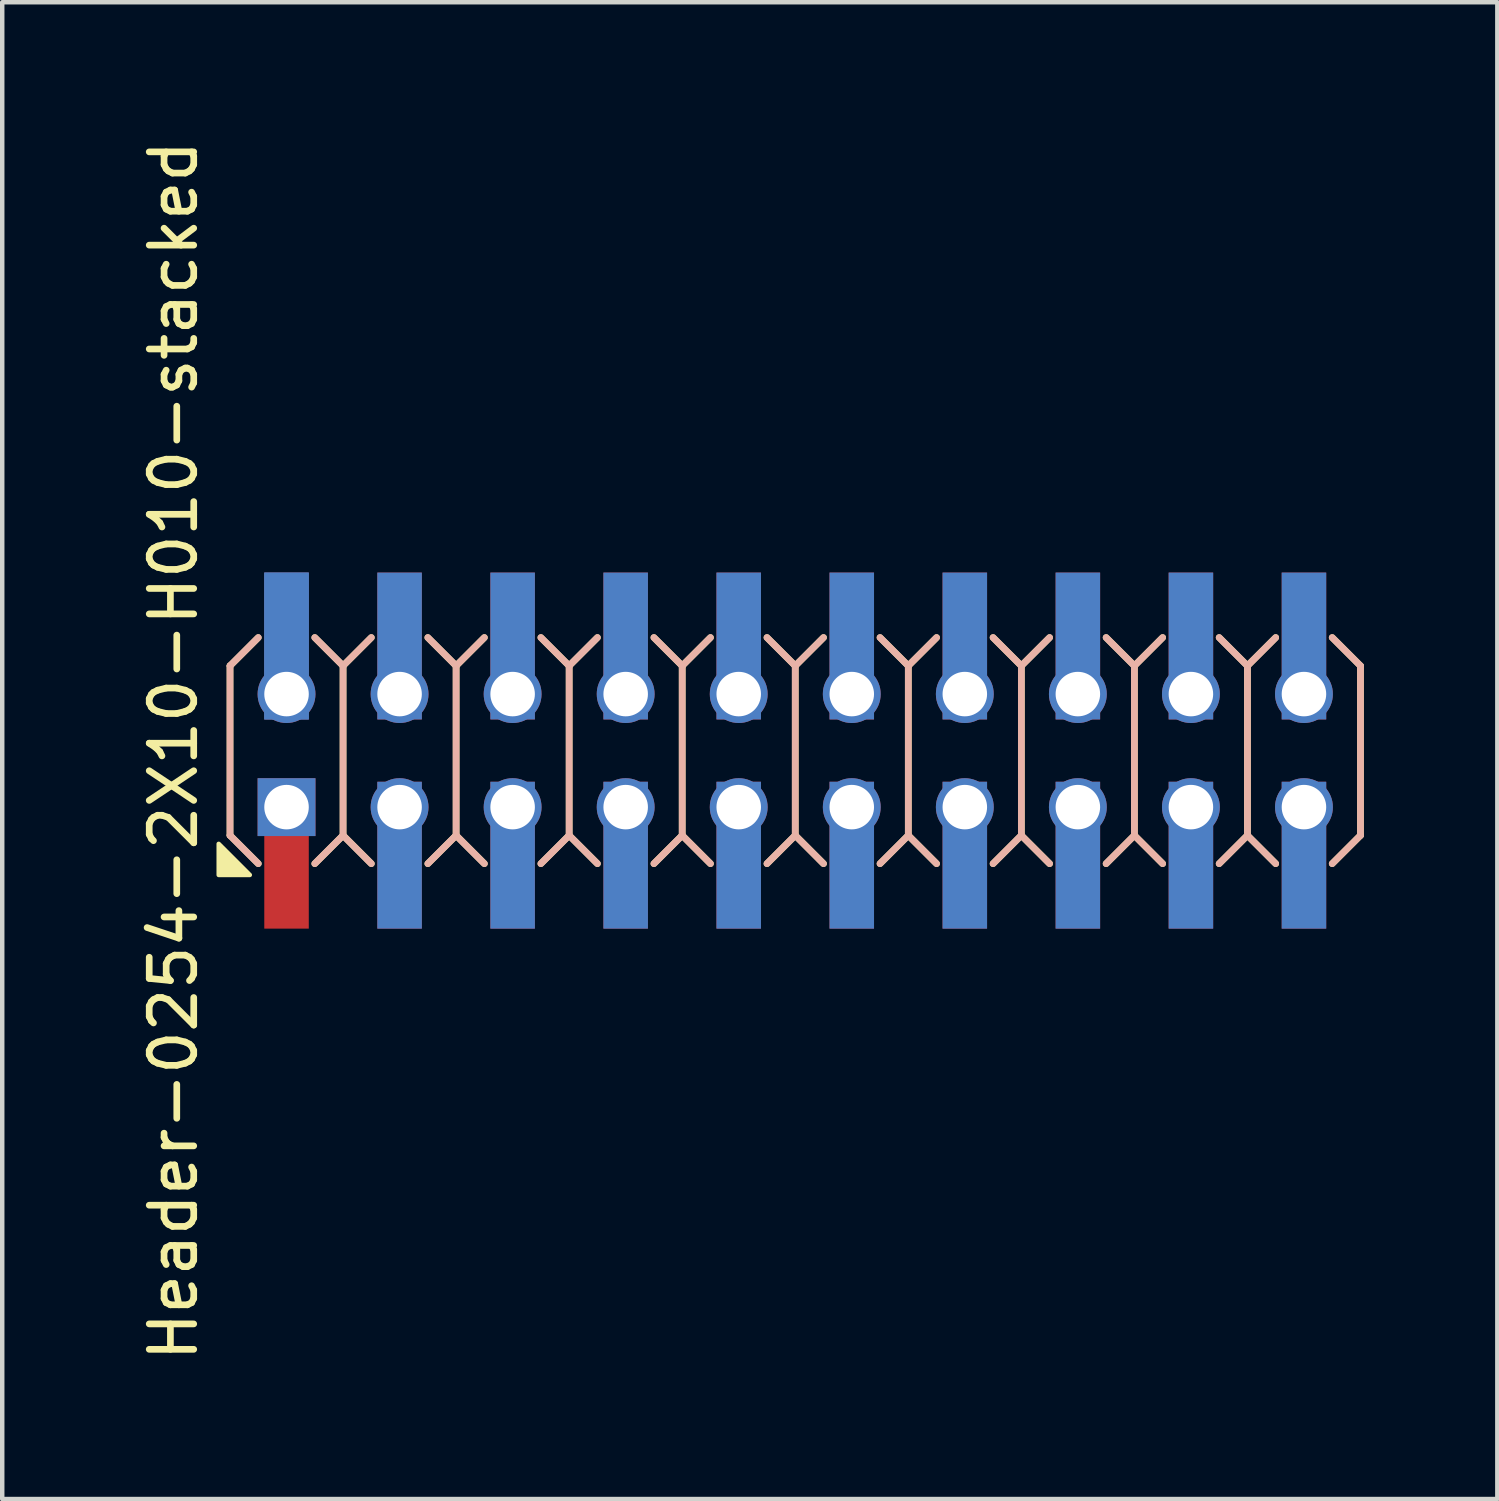
<source format=kicad_pcb>
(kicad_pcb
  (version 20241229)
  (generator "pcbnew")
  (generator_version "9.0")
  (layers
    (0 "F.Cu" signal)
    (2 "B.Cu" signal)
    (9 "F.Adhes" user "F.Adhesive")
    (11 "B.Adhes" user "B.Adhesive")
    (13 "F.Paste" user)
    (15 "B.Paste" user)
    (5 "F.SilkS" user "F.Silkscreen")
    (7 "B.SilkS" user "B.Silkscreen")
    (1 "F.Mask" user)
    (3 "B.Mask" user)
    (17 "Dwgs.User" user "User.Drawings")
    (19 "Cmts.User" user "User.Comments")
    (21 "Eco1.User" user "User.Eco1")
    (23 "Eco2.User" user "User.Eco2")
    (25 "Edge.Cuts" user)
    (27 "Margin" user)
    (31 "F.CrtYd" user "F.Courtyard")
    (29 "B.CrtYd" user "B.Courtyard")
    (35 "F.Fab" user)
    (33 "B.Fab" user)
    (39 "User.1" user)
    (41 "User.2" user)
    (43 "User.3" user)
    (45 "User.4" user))
  (footprint "Header-0254-2X10-H010-stacked"
    (layer "F.Cu")
    (at 14.818 13.815)
    (property "Reference" "Header-0254-2X10-H010-stacked" (at -13.97 0 90) (layer "F.SilkS") (effects (font (size 1 1) (thickness 0.15))))
    (attr through_hole)
    (fp_line (start -12.7 -1.905) (end -12.065 -2.54) (stroke (width 0.15) (type solid)) (layer "F.SilkS"))
    (fp_line (start -12.7 1.905) (end -12.7 -1.905) (stroke (width 0.15) (type solid)) (layer "F.SilkS"))
    (fp_line (start -12.7 1.905) (end -12.065 2.54) (stroke (width 0.15) (type solid)) (layer "F.SilkS"))
    (fp_line (start -10.795 -2.54) (end -10.16 -1.905) (stroke (width 0.15) (type solid)) (layer "F.SilkS"))
    (fp_line (start -10.795 2.54) (end -10.16 1.905) (stroke (width 0.15) (type solid)) (layer "F.SilkS"))
    (fp_line (start -10.16 -1.905) (end -10.16 1.905) (stroke (width 0.15) (type solid)) (layer "F.SilkS"))
    (fp_line (start -10.16 -1.905) (end -9.525 -2.54) (stroke (width 0.15) (type solid)) (layer "F.SilkS"))
    (fp_line (start -10.16 1.905) (end -9.525 2.54) (stroke (width 0.15) (type solid)) (layer "F.SilkS"))
    (fp_line (start -8.255 -2.54) (end -7.62 -1.905) (stroke (width 0.15) (type solid)) (layer "F.SilkS"))
    (fp_line (start -8.255 2.54) (end -7.62 1.905) (stroke (width 0.15) (type solid)) (layer "F.SilkS"))
    (fp_line (start -7.62 -1.905) (end -7.62 1.905) (stroke (width 0.15) (type solid)) (layer "F.SilkS"))
    (fp_line (start -7.62 -1.905) (end -6.985 -2.54) (stroke (width 0.15) (type solid)) (layer "F.SilkS"))
    (fp_line (start -7.62 1.905) (end -6.985 2.54) (stroke (width 0.15) (type solid)) (layer "F.SilkS"))
    (fp_line (start -5.715 -2.54) (end -5.08 -1.905) (stroke (width 0.15) (type solid)) (layer "F.SilkS"))
    (fp_line (start -5.715 2.54) (end -5.08 1.905) (stroke (width 0.15) (type solid)) (layer "F.SilkS"))
    (fp_line (start -5.08 -1.905) (end -5.08 1.905) (stroke (width 0.15) (type solid)) (layer "F.SilkS"))
    (fp_line (start -5.08 -1.905) (end -4.445 -2.54) (stroke (width 0.15) (type solid)) (layer "F.SilkS"))
    (fp_line (start -5.08 1.905) (end -4.445 2.54) (stroke (width 0.15) (type solid)) (layer "F.SilkS"))
    (fp_line (start -3.175 -2.54) (end -2.54 -1.905) (stroke (width 0.15) (type solid)) (layer "F.SilkS"))
    (fp_line (start -3.175 2.54) (end -2.54 1.905) (stroke (width 0.15) (type solid)) (layer "F.SilkS"))
    (fp_line (start -2.54 -1.905) (end -2.54 1.905) (stroke (width 0.15) (type solid)) (layer "F.SilkS"))
    (fp_line (start -2.54 -1.905) (end -1.905 -2.54) (stroke (width 0.15) (type solid)) (layer "F.SilkS"))
    (fp_line (start -2.54 1.905) (end -1.905 2.54) (stroke (width 0.15) (type solid)) (layer "F.SilkS"))
    (fp_line (start -0.635 -2.54) (end 0 -1.905) (stroke (width 0.15) (type solid)) (layer "F.SilkS"))
    (fp_line (start -0.635 2.54) (end 0 1.905) (stroke (width 0.15) (type solid)) (layer "F.SilkS"))
    (fp_line (start 0 -1.905) (end 0 1.905) (stroke (width 0.15) (type solid)) (layer "F.SilkS"))
    (fp_line (start 0 -1.905) (end 0.635 -2.54) (stroke (width 0.15) (type solid)) (layer "F.SilkS"))
    (fp_line (start 0 1.905) (end 0.635 2.54) (stroke (width 0.15) (type solid)) (layer "F.SilkS"))
    (fp_line (start 1.905 -2.54) (end 2.54 -1.905) (stroke (width 0.15) (type solid)) (layer "F.SilkS"))
    (fp_line (start 1.905 2.54) (end 2.54 1.905) (stroke (width 0.15) (type solid)) (layer "F.SilkS"))
    (fp_line (start 2.54 -1.905) (end 2.54 1.905) (stroke (width 0.15) (type solid)) (layer "F.SilkS"))
    (fp_line (start 2.54 -1.905) (end 3.175 -2.54) (stroke (width 0.15) (type solid)) (layer "F.SilkS"))
    (fp_line (start 2.54 1.905) (end 3.175 2.54) (stroke (width 0.15) (type solid)) (layer "F.SilkS"))
    (fp_line (start 4.445 -2.54) (end 5.08 -1.905) (stroke (width 0.15) (type solid)) (layer "F.SilkS"))
    (fp_line (start 5.08 -1.905) (end 5.08 1.905) (stroke (width 0.15) (type solid)) (layer "F.SilkS"))
    (fp_line (start 5.08 -1.905) (end 5.715 -2.54) (stroke (width 0.15) (type solid)) (layer "F.SilkS"))
    (fp_line (start 5.08 1.905) (end 4.445 2.54) (stroke (width 0.15) (type solid)) (layer "F.SilkS"))
    (fp_line (start 5.08 1.905) (end 5.715 2.54) (stroke (width 0.15) (type solid)) (layer "F.SilkS"))
    (fp_line (start 6.985 -2.54) (end 7.62 -1.905) (stroke (width 0.15) (type solid)) (layer "F.SilkS"))
    (fp_line (start 7.62 -1.905) (end 7.62 1.905) (stroke (width 0.15) (type solid)) (layer "F.SilkS"))
    (fp_line (start 7.62 -1.905) (end 8.255 -2.54) (stroke (width 0.15) (type solid)) (layer "F.SilkS"))
    (fp_line (start 7.62 1.905) (end 6.985 2.54) (stroke (width 0.15) (type solid)) (layer "F.SilkS"))
    (fp_line (start 7.62 1.905) (end 8.255 2.54) (stroke (width 0.15) (type solid)) (layer "F.SilkS"))
    (fp_line (start 9.525 -2.54) (end 10.16 -1.905) (stroke (width 0.15) (type solid)) (layer "F.SilkS"))
    (fp_line (start 10.16 -1.905) (end 10.16 1.905) (stroke (width 0.15) (type solid)) (layer "F.SilkS"))
    (fp_line (start 10.16 -1.905) (end 10.795 -2.54) (stroke (width 0.15) (type solid)) (layer "F.SilkS"))
    (fp_line (start 10.16 1.905) (end 9.525 2.54) (stroke (width 0.15) (type solid)) (layer "F.SilkS"))
    (fp_line (start 10.16 1.905) (end 10.795 2.54) (stroke (width 0.15) (type solid)) (layer "F.SilkS"))
    (fp_line (start 12.065 -2.54) (end 12.7 -1.905) (stroke (width 0.15) (type solid)) (layer "F.SilkS"))
    (fp_line (start 12.7 -1.905) (end 12.7 1.905) (stroke (width 0.15) (type solid)) (layer "F.SilkS"))
    (fp_line (start 12.7 1.905) (end 12.065 2.54) (stroke (width 0.15) (type solid)) (layer "F.SilkS"))
    (fp_poly (pts (xy -12.954 2.095) (xy -12.954 2.794) (xy -12.255 2.794)) (stroke (width 0.1) (type solid)) (fill yes) (layer "F.SilkS"))
    (fp_line (start -12.7 -1.905) (end -12.7 1.905) (stroke (width 0.15) (type solid)) (layer "B.SilkS"))
    (fp_line (start -12.7 -1.905) (end -12.065 -2.54) (stroke (width 0.15) (type solid)) (layer "B.SilkS"))
    (fp_line (start -12.7 1.905) (end -12.065 2.54) (stroke (width 0.15) (type solid)) (layer "B.SilkS"))
    (fp_line (start -10.795 -2.54) (end -10.16 -1.905) (stroke (width 0.15) (type solid)) (layer "B.SilkS"))
    (fp_line (start -10.795 2.54) (end -10.16 1.905) (stroke (width 0.15) (type solid)) (layer "B.SilkS"))
    (fp_line (start -10.16 -1.905) (end -9.525 -2.54) (stroke (width 0.15) (type solid)) (layer "B.SilkS"))
    (fp_line (start -10.16 1.905) (end -10.16 -1.905) (stroke (width 0.15) (type solid)) (layer "B.SilkS"))
    (fp_line (start -10.16 1.905) (end -9.525 2.54) (stroke (width 0.15) (type solid)) (layer "B.SilkS"))
    (fp_line (start -8.255 -2.54) (end -7.62 -1.905) (stroke (width 0.15) (type solid)) (layer "B.SilkS"))
    (fp_line (start -8.255 2.54) (end -7.62 1.905) (stroke (width 0.15) (type solid)) (layer "B.SilkS"))
    (fp_line (start -7.62 -1.905) (end -6.985 -2.54) (stroke (width 0.15) (type solid)) (layer "B.SilkS"))
    (fp_line (start -7.62 1.905) (end -7.62 -1.905) (stroke (width 0.15) (type solid)) (layer "B.SilkS"))
    (fp_line (start -7.62 1.905) (end -6.985 2.54) (stroke (width 0.15) (type solid)) (layer "B.SilkS"))
    (fp_line (start -5.715 -2.54) (end -5.08 -1.905) (stroke (width 0.15) (type solid)) (layer "B.SilkS"))
    (fp_line (start -5.715 2.54) (end -5.08 1.905) (stroke (width 0.15) (type solid)) (layer "B.SilkS"))
    (fp_line (start -5.08 -1.905) (end -4.445 -2.54) (stroke (width 0.15) (type solid)) (layer "B.SilkS"))
    (fp_line (start -5.08 1.905) (end -5.08 -1.905) (stroke (width 0.15) (type solid)) (layer "B.SilkS"))
    (fp_line (start -5.08 1.905) (end -4.445 2.54) (stroke (width 0.15) (type solid)) (layer "B.SilkS"))
    (fp_line (start -3.175 -2.54) (end -2.54 -1.905) (stroke (width 0.15) (type solid)) (layer "B.SilkS"))
    (fp_line (start -3.175 2.54) (end -2.54 1.905) (stroke (width 0.15) (type solid)) (layer "B.SilkS"))
    (fp_line (start -2.54 -1.905) (end -1.905 -2.54) (stroke (width 0.15) (type solid)) (layer "B.SilkS"))
    (fp_line (start -2.54 1.905) (end -2.54 -1.905) (stroke (width 0.15) (type solid)) (layer "B.SilkS"))
    (fp_line (start -2.54 1.905) (end -1.905 2.54) (stroke (width 0.15) (type solid)) (layer "B.SilkS"))
    (fp_line (start -0.635 -2.54) (end 0 -1.905) (stroke (width 0.15) (type solid)) (layer "B.SilkS"))
    (fp_line (start -0.635 2.54) (end 0 1.905) (stroke (width 0.15) (type solid)) (layer "B.SilkS"))
    (fp_line (start 0 -1.905) (end 0.635 -2.54) (stroke (width 0.15) (type solid)) (layer "B.SilkS"))
    (fp_line (start 0 1.905) (end 0 -1.905) (stroke (width 0.15) (type solid)) (layer "B.SilkS"))
    (fp_line (start 0 1.905) (end 0.635 2.54) (stroke (width 0.15) (type solid)) (layer "B.SilkS"))
    (fp_line (start 1.905 -2.54) (end 2.54 -1.905) (stroke (width 0.15) (type solid)) (layer "B.SilkS"))
    (fp_line (start 1.905 2.54) (end 2.54 1.905) (stroke (width 0.15) (type solid)) (layer "B.SilkS"))
    (fp_line (start 2.54 -1.905) (end 3.175 -2.54) (stroke (width 0.15) (type solid)) (layer "B.SilkS"))
    (fp_line (start 2.54 1.905) (end 2.54 -1.905) (stroke (width 0.15) (type solid)) (layer "B.SilkS"))
    (fp_line (start 2.54 1.905) (end 3.175 2.54) (stroke (width 0.15) (type solid)) (layer "B.SilkS"))
    (fp_line (start 4.445 2.54) (end 5.08 1.905) (stroke (width 0.15) (type solid)) (layer "B.SilkS"))
    (fp_line (start 5.08 -1.905) (end 4.445 -2.54) (stroke (width 0.15) (type solid)) (layer "B.SilkS"))
    (fp_line (start 5.08 -1.905) (end 5.715 -2.54) (stroke (width 0.15) (type solid)) (layer "B.SilkS"))
    (fp_line (start 5.08 1.905) (end 5.08 -1.905) (stroke (width 0.15) (type solid)) (layer "B.SilkS"))
    (fp_line (start 5.08 1.905) (end 5.715 2.54) (stroke (width 0.15) (type solid)) (layer "B.SilkS"))
    (fp_line (start 6.985 2.54) (end 7.62 1.905) (stroke (width 0.15) (type solid)) (layer "B.SilkS"))
    (fp_line (start 7.62 -1.905) (end 6.985 -2.54) (stroke (width 0.15) (type solid)) (layer "B.SilkS"))
    (fp_line (start 7.62 -1.905) (end 8.255 -2.54) (stroke (width 0.15) (type solid)) (layer "B.SilkS"))
    (fp_line (start 7.62 1.905) (end 7.62 -1.905) (stroke (width 0.15) (type solid)) (layer "B.SilkS"))
    (fp_line (start 7.62 1.905) (end 8.255 2.54) (stroke (width 0.15) (type solid)) (layer "B.SilkS"))
    (fp_line (start 9.525 2.54) (end 10.16 1.905) (stroke (width 0.15) (type solid)) (layer "B.SilkS"))
    (fp_line (start 10.16 -1.905) (end 9.525 -2.54) (stroke (width 0.15) (type solid)) (layer "B.SilkS"))
    (fp_line (start 10.16 -1.905) (end 10.795 -2.54) (stroke (width 0.15) (type solid)) (layer "B.SilkS"))
    (fp_line (start 10.16 1.905) (end 10.16 -1.905) (stroke (width 0.15) (type solid)) (layer "B.SilkS"))
    (fp_line (start 10.16 1.905) (end 10.795 2.54) (stroke (width 0.15) (type solid)) (layer "B.SilkS"))
    (fp_line (start 12.065 2.54) (end 12.7 1.905) (stroke (width 0.15) (type solid)) (layer "B.SilkS"))
    (fp_line (start 12.7 -1.905) (end 12.065 -2.54) (stroke (width 0.15) (type solid)) (layer "B.SilkS"))
    (fp_line (start 12.7 1.905) (end 12.7 -1.905) (stroke (width 0.15) (type solid)) (layer "B.SilkS"))
    (pad "1" smd rect (at -11.43 -2.35) (size 1 3.3) (layers "B.Cu" "B.Mask" "B.Paste"))
    (pad "1" thru_hole rect (at -11.43 1.27) (size 1.3 1.3) (drill 1) (layers "*.Cu" "*.Mask"))
    (pad "1" smd rect (at -11.43 2.35) (size 1 3.3) (layers "F.Cu" "F.Mask" "F.Paste"))
    (pad "2" smd rect (at -11.43 -2.35) (size 1 3.3) (layers "F.Cu" "F.Mask" "F.Paste"))
    (pad "2" smd rect (at -11.43 -2.35) (size 1 3.3) (layers "B.Cu" "B.Mask" "B.Paste"))
    (pad "2" thru_hole circle (at -11.43 -1.27) (size 1.3 1.3) (drill 1) (layers "*.Cu" "*.Mask"))
    (pad "3" thru_hole circle (at -8.89 1.27) (size 1.3 1.3) (drill 1) (layers "*.Cu" "*.Mask"))
    (pad "3" smd rect (at -8.89 2.35) (size 1 3.3) (layers "F.Cu" "F.Mask" "F.Paste"))
    (pad "3" smd rect (at -8.89 2.35) (size 1 3.3) (layers "B.Cu" "B.Mask" "B.Paste"))
    (pad "4" smd rect (at -8.89 -2.35) (size 1 3.3) (layers "F.Cu" "F.Mask" "F.Paste"))
    (pad "4" smd rect (at -8.89 -2.35) (size 1 3.3) (layers "B.Cu" "B.Mask" "B.Paste"))
    (pad "4" thru_hole circle (at -8.89 -1.27) (size 1.3 1.3) (drill 1) (layers "*.Cu" "*.Mask"))
    (pad "5" thru_hole circle (at -6.35 1.27) (size 1.3 1.3) (drill 1) (layers "*.Cu" "*.Mask"))
    (pad "5" smd rect (at -6.35 2.35) (size 1 3.3) (layers "F.Cu" "F.Mask" "F.Paste"))
    (pad "5" smd rect (at -6.35 2.35) (size 1 3.3) (layers "B.Cu" "B.Mask" "B.Paste"))
    (pad "6" smd rect (at -6.35 -2.35) (size 1 3.3) (layers "F.Cu" "F.Mask" "F.Paste"))
    (pad "6" smd rect (at -6.35 -2.35) (size 1 3.3) (layers "B.Cu" "B.Mask" "B.Paste"))
    (pad "6" thru_hole circle (at -6.35 -1.27) (size 1.3 1.3) (drill 1) (layers "*.Cu" "*.Mask"))
    (pad "7" thru_hole circle (at -3.81 1.27) (size 1.3 1.3) (drill 1) (layers "*.Cu" "*.Mask"))
    (pad "7" smd rect (at -3.81 2.35) (size 1 3.3) (layers "F.Cu" "F.Mask" "F.Paste"))
    (pad "7" smd rect (at -3.81 2.35) (size 1 3.3) (layers "B.Cu" "B.Mask" "B.Paste"))
    (pad "8" smd rect (at -3.81 -2.35) (size 1 3.3) (layers "F.Cu" "F.Mask" "F.Paste"))
    (pad "8" smd rect (at -3.81 -2.35) (size 1 3.3) (layers "B.Cu" "B.Mask" "B.Paste"))
    (pad "8" thru_hole circle (at -3.81 -1.27) (size 1.3 1.3) (drill 1) (layers "*.Cu" "*.Mask"))
    (pad "9" thru_hole circle (at -1.27 1.27) (size 1.3 1.3) (drill 1) (layers "*.Cu" "*.Mask"))
    (pad "9" smd rect (at -1.27 2.35) (size 1 3.3) (layers "F.Cu" "F.Mask" "F.Paste"))
    (pad "9" smd rect (at -1.27 2.35) (size 1 3.3) (layers "B.Cu" "B.Mask" "B.Paste"))
    (pad "10" smd rect (at -1.27 -2.35) (size 1 3.3) (layers "F.Cu" "F.Mask" "F.Paste"))
    (pad "10" smd rect (at -1.27 -2.35) (size 1 3.3) (layers "B.Cu" "B.Mask" "B.Paste"))
    (pad "10" thru_hole circle (at -1.27 -1.27) (size 1.3 1.3) (drill 1) (layers "*.Cu" "*.Mask"))
    (pad "11" thru_hole circle (at 1.27 1.27) (size 1.3 1.3) (drill 1) (layers "*.Cu" "*.Mask"))
    (pad "11" smd rect (at 1.27 2.35) (size 1 3.3) (layers "F.Cu" "F.Mask" "F.Paste"))
    (pad "11" smd rect (at 1.27 2.35) (size 1 3.3) (layers "B.Cu" "B.Mask" "B.Paste"))
    (pad "12" smd rect (at 1.27 -2.35) (size 1 3.3) (layers "F.Cu" "F.Mask" "F.Paste"))
    (pad "12" smd rect (at 1.27 -2.35) (size 1 3.3) (layers "B.Cu" "B.Mask" "B.Paste"))
    (pad "12" thru_hole circle (at 1.27 -1.27) (size 1.3 1.3) (drill 1) (layers "*.Cu" "*.Mask"))
    (pad "13" thru_hole circle (at 3.81 1.27) (size 1.3 1.3) (drill 1) (layers "*.Cu" "*.Mask"))
    (pad "13" smd rect (at 3.81 2.35) (size 1 3.3) (layers "F.Cu" "F.Mask" "F.Paste"))
    (pad "13" smd rect (at 3.81 2.35) (size 1 3.3) (layers "B.Cu" "B.Mask" "B.Paste"))
    (pad "14" smd rect (at 3.81 -2.35) (size 1 3.3) (layers "F.Cu" "F.Mask" "F.Paste"))
    (pad "14" smd rect (at 3.81 -2.35) (size 1 3.3) (layers "B.Cu" "B.Mask" "B.Paste"))
    (pad "14" thru_hole circle (at 3.81 -1.27) (size 1.3 1.3) (drill 1) (layers "*.Cu" "*.Mask"))
    (pad "15" thru_hole circle (at 6.35 1.27) (size 1.3 1.3) (drill 1) (layers "*.Cu" "*.Mask"))
    (pad "15" smd rect (at 6.35 2.35) (size 1 3.3) (layers "F.Cu" "F.Mask" "F.Paste"))
    (pad "15" smd rect (at 6.35 2.35) (size 1 3.3) (layers "B.Cu" "B.Mask" "B.Paste"))
    (pad "16" smd rect (at 6.35 -2.35) (size 1 3.3) (layers "F.Cu" "F.Mask" "F.Paste"))
    (pad "16" smd rect (at 6.35 -2.35) (size 1 3.3) (layers "B.Cu" "B.Mask" "B.Paste"))
    (pad "16" thru_hole circle (at 6.35 -1.27) (size 1.3 1.3) (drill 1) (layers "*.Cu" "*.Mask"))
    (pad "17" thru_hole circle (at 8.89 1.27) (size 1.3 1.3) (drill 1) (layers "*.Cu" "*.Mask"))
    (pad "17" smd rect (at 8.89 2.35) (size 1 3.3) (layers "F.Cu" "F.Mask" "F.Paste"))
    (pad "17" smd rect (at 8.89 2.35) (size 1 3.3) (layers "B.Cu" "B.Mask" "B.Paste"))
    (pad "18" smd rect (at 8.89 -2.35) (size 1 3.3) (layers "F.Cu" "F.Mask" "F.Paste"))
    (pad "18" smd rect (at 8.89 -2.35) (size 1 3.3) (layers "B.Cu" "B.Mask" "B.Paste"))
    (pad "18" thru_hole circle (at 8.89 -1.27) (size 1.3 1.3) (drill 1) (layers "*.Cu" "*.Mask"))
    (pad "19" thru_hole circle (at 11.43 1.27) (size 1.3 1.3) (drill 1) (layers "*.Cu" "*.Mask"))
    (pad "19" smd rect (at 11.43 2.35) (size 1 3.3) (layers "F.Cu" "F.Mask" "F.Paste"))
    (pad "19" smd rect (at 11.43 2.35) (size 1 3.3) (layers "B.Cu" "B.Mask" "B.Paste"))
    (pad "20" smd rect (at 11.43 -2.35) (size 1 3.3) (layers "F.Cu" "F.Mask" "F.Paste"))
    (pad "20" smd rect (at 11.43 -2.35) (size 1 3.3) (layers "B.Cu" "B.Mask" "B.Paste"))
    (pad "20" thru_hole circle (at 11.43 -1.27) (size 1.3 1.3) (drill 1) (layers "*.Cu" "*.Mask")))
  (gr_rect
    (start -3 -3)
    (end 30.593 30.631)
    (stroke (width 0.1) (type default))
    (fill no)
    (layer "Edge.Cuts")))
</source>
